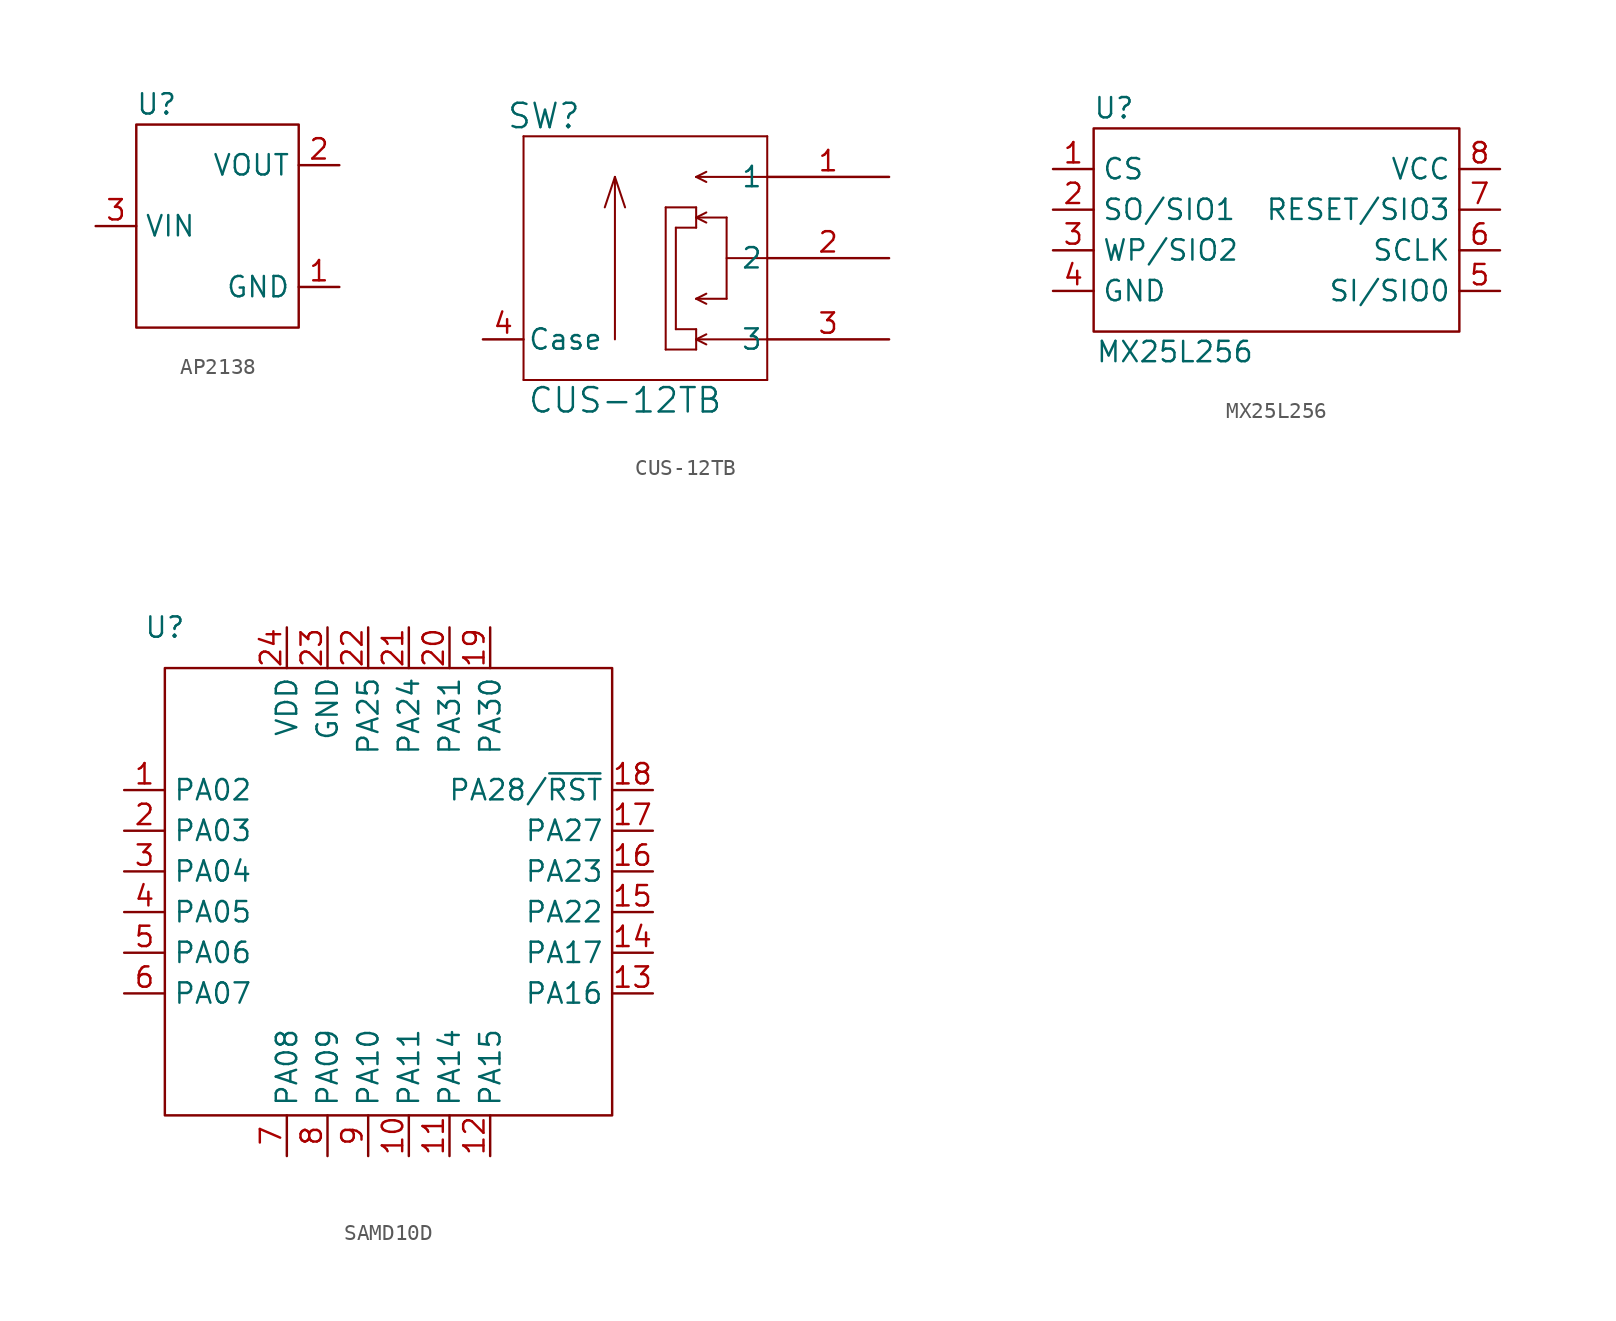
<source format=kicad_sym>
(kicad_symbol_lib
  (version 20231120)
  (generator "kicad_symbol_editor")
  (generator_version "8.0")
  (symbol "AP2138"
    (property "Reference" "U"
      (at -3.81 7.62 0)
      (effects (font (size 1.27 1.27))))
    (symbol "AP2138_0_1"
      (rectangle (start -5.08 6.35) (end 5.08 -6.35) (stroke (width 0) (type default)) (fill (type none))))
    (symbol "AP2138_1_1"
      (pin power_in line (at 7.62 -3.81 180) (length 2.54) (name "GND" (effects (font (size 1.27 1.27)))) (number "1" (effects (font (size 1.27 1.27)))))
      (pin power_out line (at 7.62 3.81 180) (length 2.54) (name "VOUT" (effects (font (size 1.27 1.27)))) (number "2" (effects (font (size 1.27 1.27)))))
      (pin power_in line (at -7.62 0 0) (length 2.54) (name "VIN" (effects (font (size 1.27 1.27)))) (number "3" (effects (font (size 1.27 1.27)))))))
  (symbol "CUS-12TB"
    (pin_names
      (offset 0.254))
    (property "Reference" "SW"
      (at -7.62 8.89 0)
      (effects (font (size 1.524 1.524))))
    (property "Value" "CUS-12TB"
      (at -2.54 -8.89 0)
      (effects (font (size 1.524 1.524))))
    (property "ki_locked" ""
      (at 0 0 0)
      (effects (font (size 1.27 1.27))))
    (symbol "CUS-12TB_0_1"
      (polyline (pts (xy -8.89 -7.62) (xy 6.35 -7.62)) (stroke (width 0.127) (type default)) (fill (type none)))
      (polyline (pts (xy -8.89 7.62) (xy -8.89 -7.62)) (stroke (width 0.127) (type default)) (fill (type none)))
      (polyline (pts (xy -3.175 -5.08) (xy -3.175 5.08)) (stroke (width 0.127) (type default)) (fill (type none)))
      (polyline (pts (xy -3.175 5.08) (xy -3.81 3.175)) (stroke (width 0.127) (type default)) (fill (type none)))
      (polyline (pts (xy -3.175 5.08) (xy -2.54 3.175)) (stroke (width 0.127) (type default)) (fill (type none)))
      (polyline (pts (xy 0 -5.715) (xy 0 3.175)) (stroke (width 0.127) (type default)) (fill (type none)))
      (polyline (pts (xy 0 3.175) (xy 1.905 3.175)) (stroke (width 0.127) (type default)) (fill (type none)))
      (polyline (pts (xy 0.635 -4.445) (xy 1.905 -4.445)) (stroke (width 0.127) (type default)) (fill (type none)))
      (polyline (pts (xy 0.635 1.905) (xy 0.635 -4.445)) (stroke (width 0.127) (type default)) (fill (type none)))
      (polyline (pts (xy 1.905 -5.715) (xy 0 -5.715)) (stroke (width 0.127) (type default)) (fill (type none)))
      (polyline (pts (xy 1.905 -5.08) (xy 2.54 -5.397)) (stroke (width 0.127) (type default)) (fill (type none)))
      (polyline (pts (xy 1.905 -5.08) (xy 2.54 -4.763)) (stroke (width 0.127) (type default)) (fill (type none)))
      (polyline (pts (xy 1.905 -4.445) (xy 1.905 -5.715)) (stroke (width 0.127) (type default)) (fill (type none)))
      (polyline (pts (xy 1.905 -2.54) (xy 2.54 -2.857)) (stroke (width 0.127) (type default)) (fill (type none)))
      (polyline (pts (xy 1.905 -2.54) (xy 2.54 -2.223)) (stroke (width 0.127) (type default)) (fill (type none)))
      (polyline (pts (xy 1.905 -2.54) (xy 3.81 -2.54)) (stroke (width 0.127) (type default)) (fill (type none)))
      (polyline (pts (xy 1.905 1.905) (xy 0.635 1.905)) (stroke (width 0.127) (type default)) (fill (type none)))
      (polyline (pts (xy 1.905 1.905) (xy 1.905 3.175)) (stroke (width 0.127) (type default)) (fill (type none)))
      (polyline (pts (xy 1.905 2.54) (xy 2.54 2.223)) (stroke (width 0.127) (type default)) (fill (type none)))
      (polyline (pts (xy 1.905 2.54) (xy 2.54 2.857)) (stroke (width 0.127) (type default)) (fill (type none)))
      (polyline (pts (xy 1.905 2.54) (xy 3.81 2.54)) (stroke (width 0.127) (type default)) (fill (type none)))
      (polyline (pts (xy 1.905 5.08) (xy 2.54 4.763)) (stroke (width 0.127) (type default)) (fill (type none)))
      (polyline (pts (xy 1.905 5.08) (xy 2.54 5.397)) (stroke (width 0.127) (type default)) (fill (type none)))
      (polyline (pts (xy 3.81 -2.54) (xy 3.81 2.54)) (stroke (width 0.127) (type default)) (fill (type none)))
      (polyline (pts (xy 6.35 -7.62) (xy 6.35 7.62)) (stroke (width 0.127) (type default)) (fill (type none)))
      (polyline (pts (xy 6.35 -5.08) (xy 1.905 -5.08)) (stroke (width 0.127) (type default)) (fill (type none)))
      (polyline (pts (xy 6.35 0) (xy 3.81 0)) (stroke (width 0.127) (type default)) (fill (type none)))
      (polyline (pts (xy 6.35 5.08) (xy 1.905 5.08)) (stroke (width 0.127) (type default)) (fill (type none)))
      (polyline (pts (xy 6.35 7.62) (xy -8.89 7.62)) (stroke (width 0.127) (type default)) (fill (type none)))
      (pin unspecified line (at 13.97 5.08 180) (length 7.62) (name "1" (effects (font (size 1.27 1.27)))) (number "1" (effects (font (size 1.27 1.27)))))
      (pin unspecified line (at 13.97 0 180) (length 7.62) (name "2" (effects (font (size 1.27 1.27)))) (number "2" (effects (font (size 1.27 1.27)))))
      (pin unspecified line (at 13.97 -5.08 180) (length 7.62) (name "3" (effects (font (size 1.27 1.27)))) (number "3" (effects (font (size 1.27 1.27))))))
    (symbol "CUS-12TB_1_1"
      (pin unspecified line (at -11.43 -5.08 0) (length 2.54) (name "Case" (effects (font (size 1.27 1.27)))) (number "4" (effects (font (size 1.27 1.27)))))))
  (symbol "MX25L256"
    (property "Reference" "U"
      (at -10.16 7.62 0)
      (effects (font (size 1.27 1.27))))
    (property "Value" "MX25L256"
      (at -6.35 -7.62 0)
      (effects (font (size 1.27 1.27))))
    (symbol "MX25L256_0_1"
      (rectangle (start -11.43 6.35) (end 11.43 -6.35) (stroke (width 0) (type default)) (fill (type none))))
    (symbol "MX25L256_1_1"
      (pin input line (at -13.97 3.81 0) (length 2.54) (name "CS" (effects (font (size 1.27 1.27)))) (number "1" (effects (font (size 1.27 1.27)))))
      (pin bidirectional line (at -13.97 1.27 0) (length 2.54) (name "SO/SIO1" (effects (font (size 1.27 1.27)))) (number "2" (effects (font (size 1.27 1.27)))))
      (pin bidirectional line (at -13.97 -1.27 0) (length 2.54) (name "WP/SIO2" (effects (font (size 1.27 1.27)))) (number "3" (effects (font (size 1.27 1.27)))))
      (pin power_in line (at -13.97 -3.81 0) (length 2.54) (name "GND" (effects (font (size 1.27 1.27)))) (number "4" (effects (font (size 1.27 1.27)))))
      (pin bidirectional line (at 13.97 -3.81 180) (length 2.54) (name "SI/SIO0" (effects (font (size 1.27 1.27)))) (number "5" (effects (font (size 1.27 1.27)))))
      (pin input line (at 13.97 -1.27 180) (length 2.54) (name "SCLK" (effects (font (size 1.27 1.27)))) (number "6" (effects (font (size 1.27 1.27)))))
      (pin bidirectional line (at 13.97 1.27 180) (length 2.54) (name "RESET/SIO3" (effects (font (size 1.27 1.27)))) (number "7" (effects (font (size 1.27 1.27)))))
      (pin power_in line (at 13.97 3.81 180) (length 2.54) (name "VCC" (effects (font (size 1.27 1.27)))) (number "8" (effects (font (size 1.27 1.27)))))))
  (symbol "SAMD10D"
    (property "Reference" "U"
      (at -13.97 16.51 0)
      (effects (font (size 1.27 1.27))))
    (symbol "SAMD10D_0_1"
      (rectangle (start -13.97 13.97) (end 13.97 -13.97) (stroke (width 0) (type default)) (fill (type none))))
    (symbol "SAMD10D_1_1"
      (pin bidirectional line (at -16.51 6.35 0) (length 2.54) (name "PA02" (effects (font (size 1.27 1.27)))) (number "1" (effects (font (size 1.27 1.27)))))
      (pin bidirectional line (at 1.27 -16.51 90) (length 2.54) (name "PA11" (effects (font (size 1.27 1.27)))) (number "10" (effects (font (size 1.27 1.27)))))
      (pin bidirectional line (at 3.81 -16.51 90) (length 2.54) (name "PA14" (effects (font (size 1.27 1.27)))) (number "11" (effects (font (size 1.27 1.27)))))
      (pin bidirectional line (at 6.35 -16.51 90) (length 2.54) (name "PA15" (effects (font (size 1.27 1.27)))) (number "12" (effects (font (size 1.27 1.27)))))
      (pin bidirectional line (at 16.51 -6.35 180) (length 2.54) (name "PA16" (effects (font (size 1.27 1.27)))) (number "13" (effects (font (size 1.27 1.27)))))
      (pin bidirectional line (at 16.51 -3.81 180) (length 2.54) (name "PA17" (effects (font (size 1.27 1.27)))) (number "14" (effects (font (size 1.27 1.27)))))
      (pin input line (at 16.51 -1.27 180) (length 2.54) (name "PA22" (effects (font (size 1.27 1.27)))) (number "15" (effects (font (size 1.27 1.27)))))
      (pin bidirectional line (at 16.51 1.27 180) (length 2.54) (name "PA23" (effects (font (size 1.27 1.27)))) (number "16" (effects (font (size 1.27 1.27)))))
      (pin bidirectional line (at 16.51 3.81 180) (length 2.54) (name "PA27" (effects (font (size 1.27 1.27)))) (number "17" (effects (font (size 1.27 1.27)))))
      (pin bidirectional line (at 16.51 6.35 180) (length 2.54) (name "PA28/~{RST}" (effects (font (size 1.27 1.27)))) (number "18" (effects (font (size 1.27 1.27)))))
      (pin bidirectional line (at 6.35 16.51 270) (length 2.54) (name "PA30" (effects (font (size 1.27 1.27)))) (number "19" (effects (font (size 1.27 1.27)))))
      (pin bidirectional line (at -16.51 3.81 0) (length 2.54) (name "PA03" (effects (font (size 1.27 1.27)))) (number "2" (effects (font (size 1.27 1.27)))))
      (pin bidirectional line (at 3.81 16.51 270) (length 2.54) (name "PA31" (effects (font (size 1.27 1.27)))) (number "20" (effects (font (size 1.27 1.27)))))
      (pin bidirectional line (at 1.27 16.51 270) (length 2.54) (name "PA24" (effects (font (size 1.27 1.27)))) (number "21" (effects (font (size 1.27 1.27)))))
      (pin bidirectional line (at -1.27 16.51 270) (length 2.54) (name "PA25" (effects (font (size 1.27 1.27)))) (number "22" (effects (font (size 1.27 1.27)))))
      (pin power_in line (at -3.81 16.51 270) (length 2.54) (name "GND" (effects (font (size 1.27 1.27)))) (number "23" (effects (font (size 1.27 1.27)))))
      (pin power_in line (at -6.35 16.51 270) (length 2.54) (name "VDD" (effects (font (size 1.27 1.27)))) (number "24" (effects (font (size 1.27 1.27)))))
      (pin bidirectional line (at -16.51 1.27 0) (length 2.54) (name "PA04" (effects (font (size 1.27 1.27)))) (number "3" (effects (font (size 1.27 1.27)))))
      (pin bidirectional line (at -16.51 -1.27 0) (length 2.54) (name "PA05" (effects (font (size 1.27 1.27)))) (number "4" (effects (font (size 1.27 1.27)))))
      (pin bidirectional line (at -16.51 -3.81 0) (length 2.54) (name "PA06" (effects (font (size 1.27 1.27)))) (number "5" (effects (font (size 1.27 1.27)))))
      (pin bidirectional line (at -16.51 -6.35 0) (length 2.54) (name "PA07" (effects (font (size 1.27 1.27)))) (number "6" (effects (font (size 1.27 1.27)))))
      (pin bidirectional line (at -6.35 -16.51 90) (length 2.54) (name "PA08" (effects (font (size 1.27 1.27)))) (number "7" (effects (font (size 1.27 1.27)))))
      (pin bidirectional line (at -3.81 -16.51 90) (length 2.54) (name "PA09" (effects (font (size 1.27 1.27)))) (number "8" (effects (font (size 1.27 1.27)))))
      (pin bidirectional line (at -1.27 -16.51 90) (length 2.54) (name "PA10" (effects (font (size 1.27 1.27)))) (number "9" (effects (font (size 1.27 1.27))))))))
</source>
